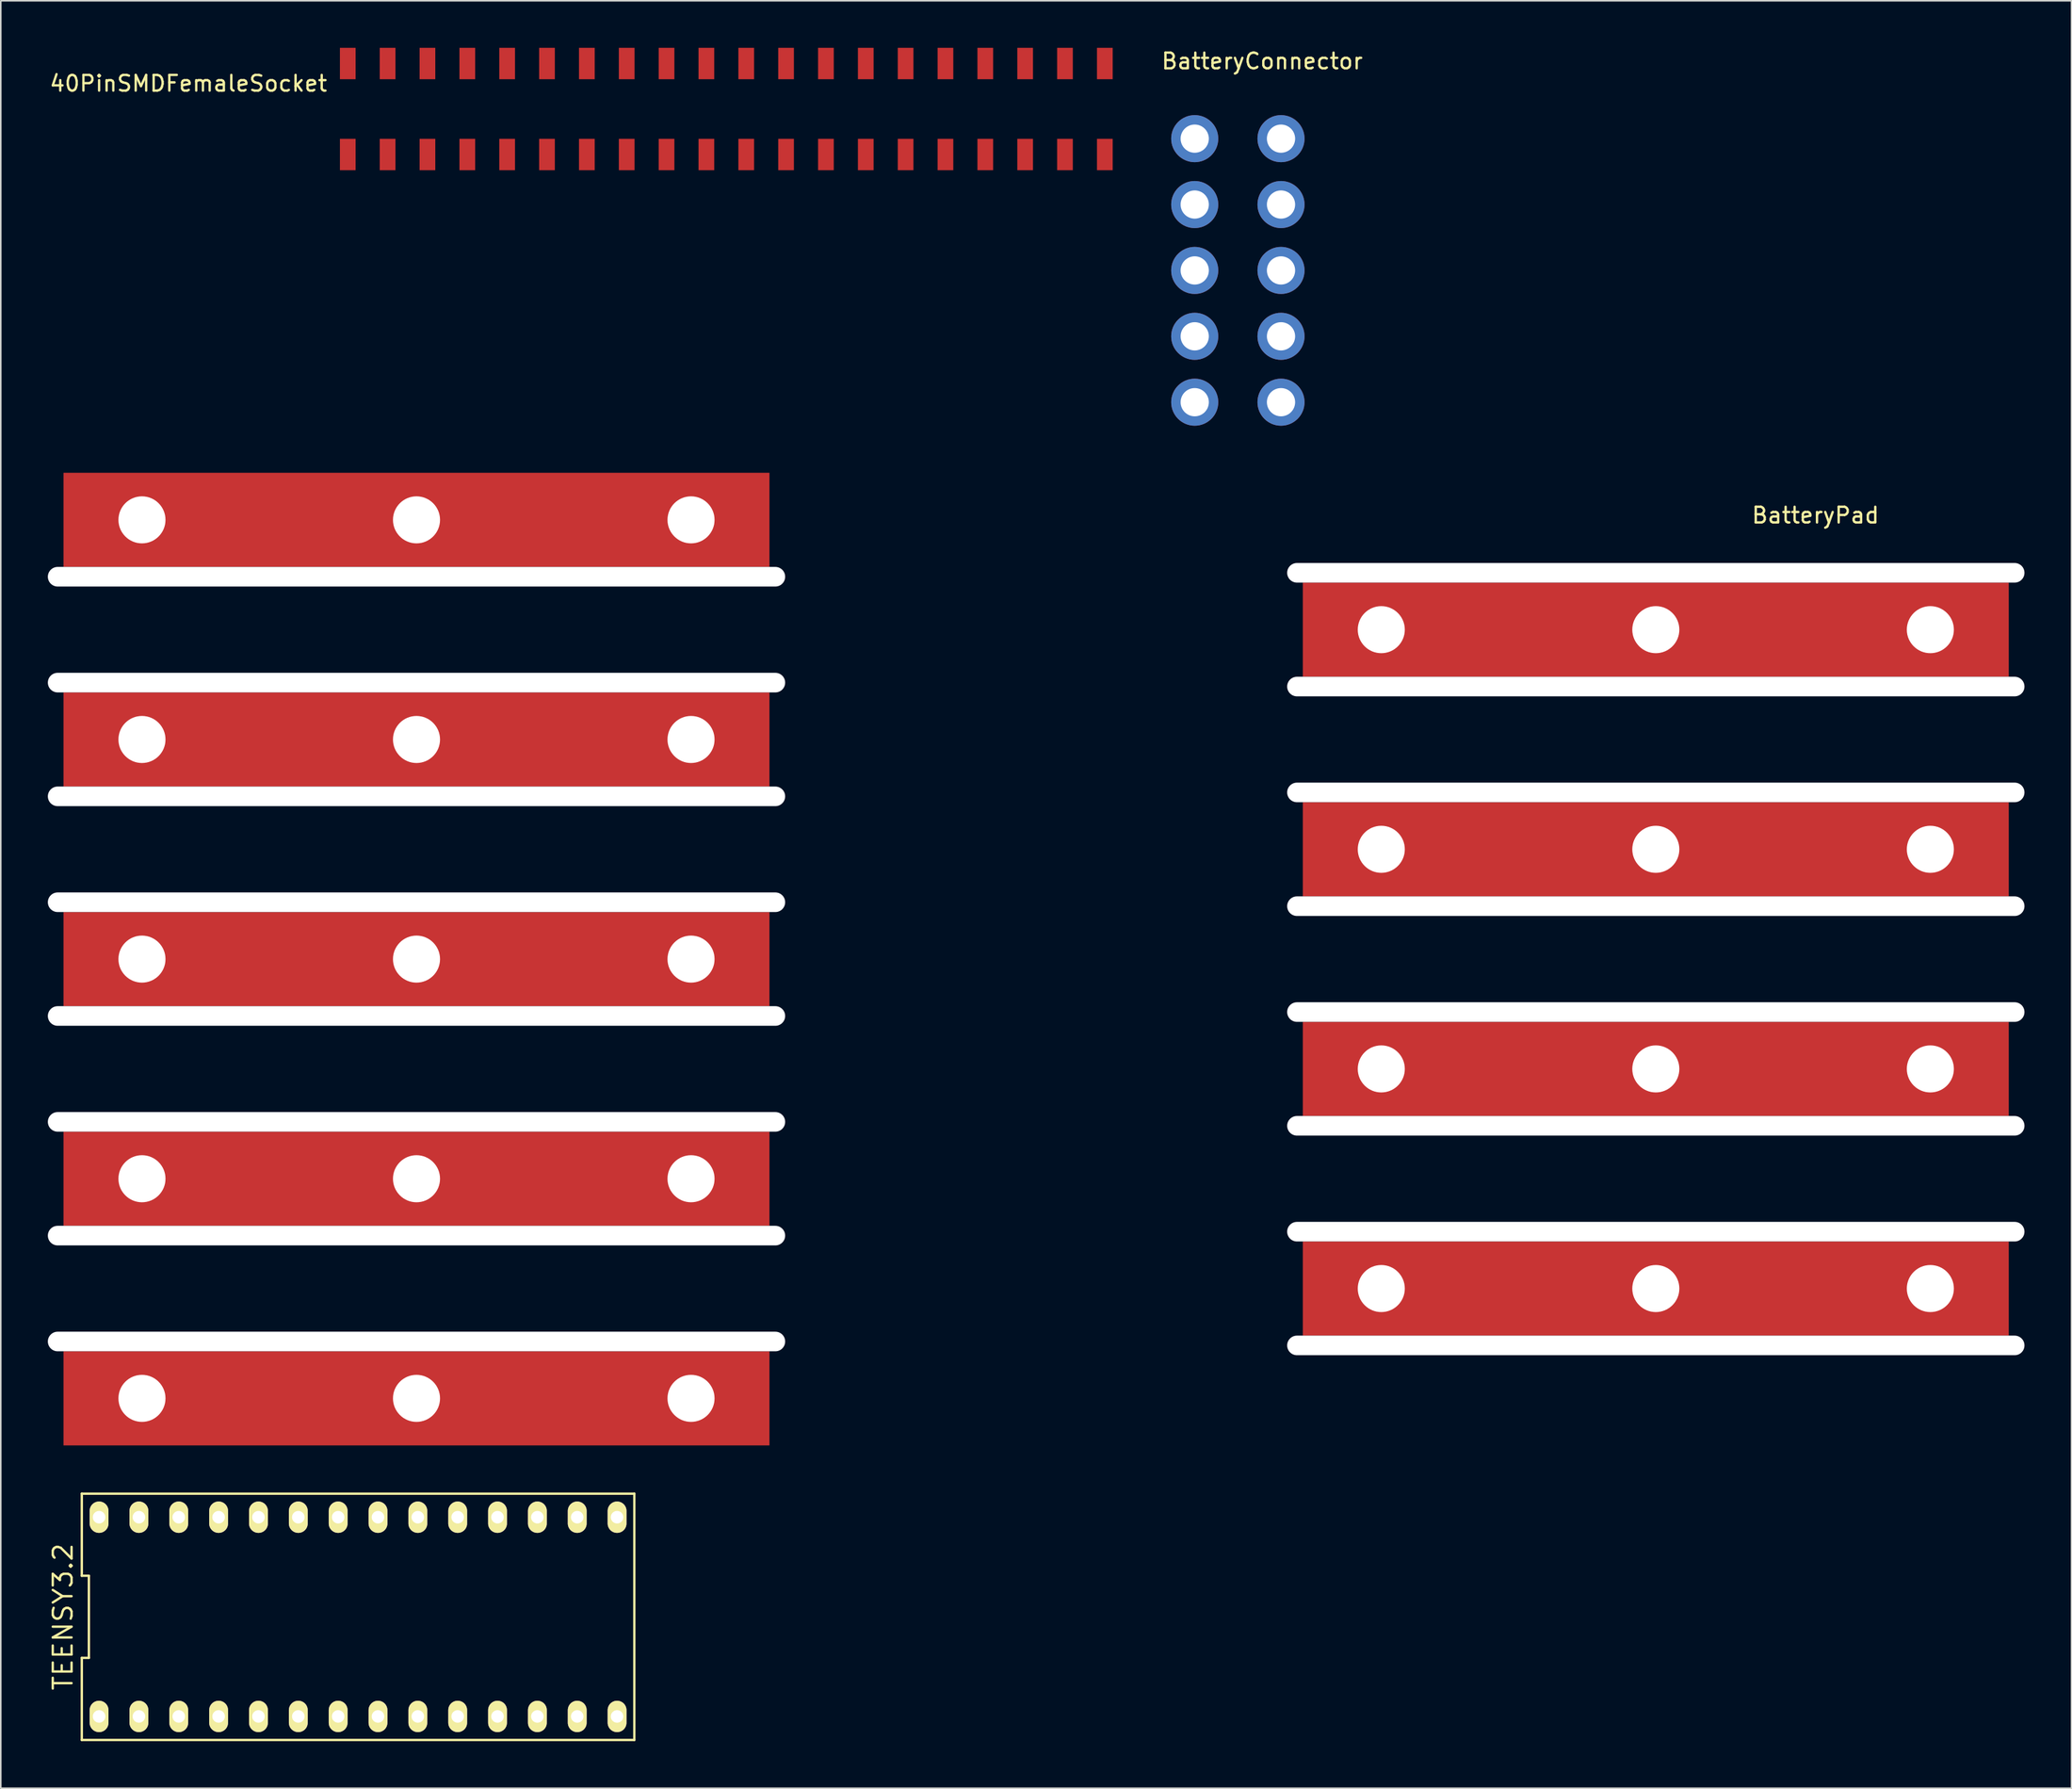
<source format=kicad_pcb>
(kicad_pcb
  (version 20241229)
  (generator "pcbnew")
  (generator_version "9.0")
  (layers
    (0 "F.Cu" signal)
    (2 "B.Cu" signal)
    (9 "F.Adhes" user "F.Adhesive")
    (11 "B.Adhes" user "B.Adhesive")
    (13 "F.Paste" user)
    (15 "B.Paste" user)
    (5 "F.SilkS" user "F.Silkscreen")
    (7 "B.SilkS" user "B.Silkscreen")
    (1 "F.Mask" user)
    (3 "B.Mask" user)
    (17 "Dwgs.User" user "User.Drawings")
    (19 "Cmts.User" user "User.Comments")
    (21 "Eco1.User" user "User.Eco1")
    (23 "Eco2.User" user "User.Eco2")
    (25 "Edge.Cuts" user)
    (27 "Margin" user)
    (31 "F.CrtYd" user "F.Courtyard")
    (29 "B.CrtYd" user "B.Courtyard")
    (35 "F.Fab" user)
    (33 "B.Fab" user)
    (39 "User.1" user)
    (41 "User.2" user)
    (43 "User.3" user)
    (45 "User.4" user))
  (footprint "TEENSY3.2"
    (layer "F.Cu")
    (at 19.775 100.013)
    (property "Reference" "TEENSY3.2" (at -18.81 0 90) (layer "F.SilkS") (effects (font (size 1.2 1.2) (thickness 0.15))))
    (attr through_hole)
    (fp_line (start -17.61 -7.85) (end -17.61 -2.617) (stroke (width 0.15) (type solid)) (layer "F.SilkS"))
    (fp_line (start -17.61 -2.617) (end -17.16 -2.617) (stroke (width 0.15) (type solid)) (layer "F.SilkS"))
    (fp_line (start -17.61 2.617) (end -17.61 7.85) (stroke (width 0.15) (type solid)) (layer "F.SilkS"))
    (fp_line (start -17.61 7.85) (end 17.61 7.85) (stroke (width 0.15) (type solid)) (layer "F.SilkS"))
    (fp_line (start -17.16 -2.617) (end -17.16 2.617) (stroke (width 0.15) (type solid)) (layer "F.SilkS"))
    (fp_line (start -17.16 2.617) (end -17.61 2.617) (stroke (width 0.15) (type solid)) (layer "F.SilkS"))
    (fp_line (start 17.61 -7.85) (end -17.61 -7.85) (stroke (width 0.15) (type solid)) (layer "F.SilkS"))
    (fp_line (start 17.61 7.85) (end 17.61 -7.85) (stroke (width 0.15) (type solid)) (layer "F.SilkS"))
    (pad "0" thru_hole oval (at -13.97 6.35) (size 1.2 2) (drill 0.8) (layers "*.Cu" "*.Mask" "F.SilkS"))
    (pad "1" thru_hole oval (at -11.43 6.35) (size 1.2 2) (drill 0.8) (layers "*.Cu" "*.Mask" "F.SilkS"))
    (pad "2" thru_hole oval (at -8.89 6.35) (size 1.2 2) (drill 0.8) (layers "*.Cu" "*.Mask" "F.SilkS"))
    (pad "3" thru_hole oval (at -6.35 6.35) (size 1.2 2) (drill 0.8) (layers "*.Cu" "*.Mask" "F.SilkS"))
    (pad "3v3" thru_hole oval (at -11.43 -6.35) (size 1.2 2) (drill 0.8) (layers "*.Cu" "*.Mask" "F.SilkS"))
    (pad "4" thru_hole oval (at -3.81 6.35) (size 1.2 2) (drill 0.8) (layers "*.Cu" "*.Mask" "F.SilkS"))
    (pad "5" thru_hole oval (at -1.27 6.35) (size 1.2 2) (drill 0.8) (layers "*.Cu" "*.Mask" "F.SilkS"))
    (pad "6" thru_hole oval (at 1.27 6.35) (size 1.2 2) (drill 0.8) (layers "*.Cu" "*.Mask" "F.SilkS"))
    (pad "7" thru_hole oval (at 3.81 6.35) (size 1.2 2) (drill 0.8) (layers "*.Cu" "*.Mask" "F.SilkS"))
    (pad "8" thru_hole oval (at 6.35 6.35) (size 1.2 2) (drill 0.8) (layers "*.Cu" "*.Mask" "F.SilkS"))
    (pad "9" thru_hole oval (at 8.89 6.35) (size 1.2 2) (drill 0.8) (layers "*.Cu" "*.Mask" "F.SilkS"))
    (pad "10" thru_hole oval (at 11.43 6.35) (size 1.2 2) (drill 0.8) (layers "*.Cu" "*.Mask" "F.SilkS"))
    (pad "11" thru_hole oval (at 13.97 6.35) (size 1.2 2) (drill 0.8) (layers "*.Cu" "*.Mask" "F.SilkS"))
    (pad "12" thru_hole oval (at 16.51 6.35) (size 1.2 2) (drill 0.8) (layers "*.Cu" "*.Mask" "F.SilkS"))
    (pad "13" thru_hole oval (at 16.51 -6.35) (size 1.2 2) (drill 0.8) (layers "*.Cu" "*.Mask" "F.SilkS"))
    (pad "14" thru_hole oval (at 13.97 -6.35) (size 1.2 2) (drill 0.8) (layers "*.Cu" "*.Mask" "F.SilkS"))
    (pad "15" thru_hole oval (at 11.43 -6.35) (size 1.2 2) (drill 0.8) (layers "*.Cu" "*.Mask" "F.SilkS"))
    (pad "16" thru_hole oval (at 8.89 -6.35) (size 1.2 2) (drill 0.8) (layers "*.Cu" "*.Mask" "F.SilkS"))
    (pad "17" thru_hole oval (at 6.35 -6.35) (size 1.2 2) (drill 0.8) (layers "*.Cu" "*.Mask" "F.SilkS"))
    (pad "18" thru_hole oval (at 3.81 -6.35) (size 1.2 2) (drill 0.8) (layers "*.Cu" "*.Mask" "F.SilkS"))
    (pad "19" thru_hole oval (at 1.27 -6.35) (size 1.2 2) (drill 0.8) (layers "*.Cu" "*.Mask" "F.SilkS"))
    (pad "20" thru_hole oval (at -1.27 -6.35) (size 1.2 2) (drill 0.8) (layers "*.Cu" "*.Mask" "F.SilkS"))
    (pad "21" thru_hole oval (at -3.81 -6.35) (size 1.2 2) (drill 0.8) (layers "*.Cu" "*.Mask" "F.SilkS"))
    (pad "22" thru_hole oval (at -6.35 -6.35) (size 1.2 2) (drill 0.8) (layers "*.Cu" "*.Mask" "F.SilkS"))
    (pad "23" thru_hole oval (at -8.89 -6.35) (size 1.2 2) (drill 0.8) (layers "*.Cu" "*.Mask" "F.SilkS"))
    (pad "AREF" thru_hole oval (at -13.97 -6.35) (size 1.2 2) (drill 0.8) (layers "*.Cu" "*.Mask" "F.SilkS"))
    (pad "GND" thru_hole oval (at -16.51 6.35) (size 1.2 2) (drill 0.8) (layers "*.Cu" "*.Mask" "F.SilkS"))
    (pad "VIN" thru_hole oval (at -16.51 -6.35) (size 1.2 2) (drill 0.8) (layers "*.Cu" "*.Mask" "F.SilkS")))
  (footprint "BatteryPad"
    (layer "F.Cu")
    (at 23.5 72.088)
    (property "Reference" "BatteryPad" (at 89.18 -42.29 0) (layer "F.SilkS") (effects (font (size 1 1) (thickness 0.15))))
    (attr through_hole)
    (pad "" np_thru_hole circle (at -17.5 -42) (size 3 3) (drill 3) (layers "*.Cu"))
    (pad "" np_thru_hole circle (at -17.5 -28) (size 3 3) (drill 3) (layers "*.Cu"))
    (pad "" np_thru_hole circle (at -17.5 -14) (size 3 3) (drill 3) (layers "*.Cu"))
    (pad "" np_thru_hole circle (at -17.5 0) (size 3 3) (drill 3) (layers "*.Cu"))
    (pad "" np_thru_hole circle (at -17.5 14) (size 3 3) (drill 3) (layers "*.Cu"))
    (pad "" np_thru_hole circle (at 0 -42) (size 3 3) (drill 3) (layers "*.Cu"))
    (pad "" np_thru_hole oval (at 0 -38.375) (size 47 1.25) (drill oval 47 1.25) (layers "*.Cu"))
    (pad "" np_thru_hole oval (at 0 -31.625) (size 47 1.25) (drill oval 47 1.25) (layers "*.Cu"))
    (pad "" np_thru_hole circle (at 0 -28) (size 3 3) (drill 3) (layers "*.Cu"))
    (pad "" np_thru_hole oval (at 0 -24.375) (size 47 1.25) (drill oval 47 1.25) (layers "*.Cu"))
    (pad "" np_thru_hole oval (at 0 -17.625) (size 47 1.25) (drill oval 47 1.25) (layers "*.Cu"))
    (pad "" np_thru_hole circle (at 0 -14) (size 3 3) (drill 3) (layers "*.Cu"))
    (pad "" np_thru_hole oval (at 0 -10.375) (size 47 1.25) (drill oval 47 1.25) (layers "*.Cu"))
    (pad "" np_thru_hole oval (at 0 -3.625) (size 47 1.25) (drill oval 47 1.25) (layers "*.Cu"))
    (pad "" np_thru_hole circle (at 0 0) (size 3 3) (drill 3) (layers "*.Cu"))
    (pad "" np_thru_hole oval (at 0 3.625) (size 47 1.25) (drill oval 47 1.25) (layers "*.Cu"))
    (pad "" np_thru_hole oval (at 0 10.375) (size 47 1.25) (drill oval 47 1.25) (layers "*.Cu"))
    (pad "" np_thru_hole circle (at 0 14) (size 3 3) (drill 3) (layers "*.Cu"))
    (pad "" np_thru_hole circle (at 17.5 -42) (size 3 3) (drill 3) (layers "*.Cu"))
    (pad "" np_thru_hole circle (at 17.5 -28) (size 3 3) (drill 3) (layers "*.Cu"))
    (pad "" np_thru_hole circle (at 17.5 -14) (size 3 3) (drill 3) (layers "*.Cu"))
    (pad "" np_thru_hole circle (at 17.5 0) (size 3 3) (drill 3) (layers "*.Cu"))
    (pad "" np_thru_hole circle (at 17.5 14) (size 3 3) (drill 3) (layers "*.Cu"))
    (pad "" np_thru_hole circle (at 61.5 -35) (size 3 3) (drill 3) (layers "*.Cu"))
    (pad "" np_thru_hole circle (at 61.5 -21) (size 3 3) (drill 3) (layers "*.Cu"))
    (pad "" np_thru_hole circle (at 61.5 -7) (size 3 3) (drill 3) (layers "*.Cu"))
    (pad "" np_thru_hole circle (at 61.5 7) (size 3 3) (drill 3) (layers "*.Cu"))
    (pad "" np_thru_hole oval (at 79 -38.625) (size 47 1.25) (drill oval 47 1.25) (layers "*.Cu"))
    (pad "" np_thru_hole circle (at 79 -35) (size 3 3) (drill 3) (layers "*.Cu"))
    (pad "" np_thru_hole oval (at 79 -31.375) (size 47 1.25) (drill oval 47 1.25) (layers "*.Cu"))
    (pad "" np_thru_hole oval (at 79 -24.625) (size 47 1.25) (drill oval 47 1.25) (layers "*.Cu"))
    (pad "" np_thru_hole circle (at 79 -21) (size 3 3) (drill 3) (layers "*.Cu"))
    (pad "" np_thru_hole oval (at 79 -17.375) (size 47 1.25) (drill oval 47 1.25) (layers "*.Cu"))
    (pad "" np_thru_hole oval (at 79 -10.625) (size 47 1.25) (drill oval 47 1.25) (layers "*.Cu"))
    (pad "" np_thru_hole circle (at 79 -7) (size 3 3) (drill 3) (layers "*.Cu"))
    (pad "" np_thru_hole oval (at 79 -3.375) (size 47 1.25) (drill oval 47 1.25) (layers "*.Cu"))
    (pad "" np_thru_hole oval (at 79 3.375) (size 47 1.25) (drill oval 47 1.25) (layers "*.Cu"))
    (pad "" np_thru_hole circle (at 79 7) (size 3 3) (drill 3) (layers "*.Cu"))
    (pad "" np_thru_hole oval (at 79 10.625) (size 47 1.25) (drill oval 47 1.25) (layers "*.Cu"))
    (pad "" np_thru_hole circle (at 96.5 -35) (size 3 3) (drill 3) (layers "*.Cu"))
    (pad "" np_thru_hole circle (at 96.5 -21) (size 3 3) (drill 3) (layers "*.Cu"))
    (pad "" np_thru_hole circle (at 96.5 -7) (size 3 3) (drill 3) (layers "*.Cu"))
    (pad "" np_thru_hole circle (at 96.5 7) (size 3 3) (drill 3) (layers "*.Cu"))
    (pad "1" smd rect (at 0 -42) (size 45 6) (layers "F.Cu"))
    (pad "1" smd rect (at 0 -28) (size 45 6) (layers "F.Cu"))
    (pad "1" smd rect (at 0 -14) (size 45 6) (layers "F.Cu"))
    (pad "1" smd rect (at 0 0) (size 45 6) (layers "F.Cu"))
    (pad "1" smd rect (at 0 14) (size 45 6) (layers "F.Cu"))
    (pad "1" smd rect (at 79 -35) (size 45 6) (layers "F.Cu"))
    (pad "1" smd rect (at 79 -21) (size 45 6) (layers "F.Cu"))
    (pad "1" smd rect (at 79 -7) (size 45 6) (layers "F.Cu"))
    (pad "1" smd rect (at 79 7) (size 45 6) (layers "F.Cu")))
  (footprint "40PinSMDFemaleSocket"
    (layer "F.Cu")
    (at 19.118 1)
    (property "Reference" "40PinSMDFemaleSocket" (at -10.16 1.27 0) (layer "F.SilkS") (effects (font (size 1 1) (thickness 0.15))))
    (attr through_hole)
    (pad "1" smd rect (at 0 5.8) (size 1 2) (layers "F.Cu" "F.Mask" "F.Paste"))
    (pad "2" smd rect (at 0 0) (size 1 2) (layers "F.Cu" "F.Mask" "F.Paste"))
    (pad "3" smd rect (at 2.54 5.8) (size 1 2) (layers "F.Cu" "F.Mask" "F.Paste"))
    (pad "4" smd rect (at 2.54 0) (size 1 2) (layers "F.Cu" "F.Mask" "F.Paste"))
    (pad "5" smd rect (at 5.08 5.8) (size 1 2) (layers "F.Cu" "F.Mask" "F.Paste"))
    (pad "6" smd rect (at 5.08 0) (size 1 2) (layers "F.Cu" "F.Mask" "F.Paste"))
    (pad "7" smd rect (at 7.62 5.8) (size 1 2) (layers "F.Cu" "F.Mask" "F.Paste"))
    (pad "8" smd rect (at 7.62 0) (size 1 2) (layers "F.Cu" "F.Mask" "F.Paste"))
    (pad "9" smd rect (at 10.16 5.8) (size 1 2) (layers "F.Cu" "F.Mask" "F.Paste"))
    (pad "10" smd rect (at 10.16 0) (size 1 2) (layers "F.Cu" "F.Mask" "F.Paste"))
    (pad "11" smd rect (at 12.7 5.8) (size 1 2) (layers "F.Cu" "F.Mask" "F.Paste"))
    (pad "12" smd rect (at 12.7 0) (size 1 2) (layers "F.Cu" "F.Mask" "F.Paste"))
    (pad "13" smd rect (at 15.24 5.8) (size 1 2) (layers "F.Cu" "F.Mask" "F.Paste"))
    (pad "14" smd rect (at 15.24 0) (size 1 2) (layers "F.Cu" "F.Mask" "F.Paste"))
    (pad "15" smd rect (at 17.78 5.8) (size 1 2) (layers "F.Cu" "F.Mask" "F.Paste"))
    (pad "16" smd rect (at 17.78 0) (size 1 2) (layers "F.Cu" "F.Mask" "F.Paste"))
    (pad "17" smd rect (at 20.32 5.8) (size 1 2) (layers "F.Cu" "F.Mask" "F.Paste"))
    (pad "18" smd rect (at 20.32 0) (size 1 2) (layers "F.Cu" "F.Mask" "F.Paste"))
    (pad "19" smd rect (at 22.86 5.8) (size 1 2) (layers "F.Cu" "F.Mask" "F.Paste"))
    (pad "20" smd rect (at 22.86 0) (size 1 2) (layers "F.Cu" "F.Mask" "F.Paste"))
    (pad "21" smd rect (at 25.4 5.8) (size 1 2) (layers "F.Cu" "F.Mask" "F.Paste"))
    (pad "22" smd rect (at 25.4 0) (size 1 2) (layers "F.Cu" "F.Mask" "F.Paste"))
    (pad "23" smd rect (at 27.94 5.8) (size 1 2) (layers "F.Cu" "F.Mask" "F.Paste"))
    (pad "24" smd rect (at 27.94 0) (size 1 2) (layers "F.Cu" "F.Mask" "F.Paste"))
    (pad "25" smd rect (at 30.48 5.8) (size 1 2) (layers "F.Cu" "F.Mask" "F.Paste"))
    (pad "26" smd rect (at 30.48 0) (size 1 2) (layers "F.Cu" "F.Mask" "F.Paste"))
    (pad "27" smd rect (at 33.02 5.8) (size 1 2) (layers "F.Cu" "F.Mask" "F.Paste"))
    (pad "28" smd rect (at 33.02 0) (size 1 2) (layers "F.Cu" "F.Mask" "F.Paste"))
    (pad "29" smd rect (at 35.56 5.8) (size 1 2) (layers "F.Cu" "F.Mask" "F.Paste"))
    (pad "30" smd rect (at 35.56 0) (size 1 2) (layers "F.Cu" "F.Mask" "F.Paste"))
    (pad "31" smd rect (at 38.1 5.8) (size 1 2) (layers "F.Cu" "F.Mask" "F.Paste"))
    (pad "32" smd rect (at 38.1 0) (size 1 2) (layers "F.Cu" "F.Mask" "F.Paste"))
    (pad "33" smd rect (at 40.64 5.8) (size 1 2) (layers "F.Cu" "F.Mask" "F.Paste"))
    (pad "34" smd rect (at 40.64 0) (size 1 2) (layers "F.Cu" "F.Mask" "F.Paste"))
    (pad "35" smd rect (at 43.18 5.8) (size 1 2) (layers "F.Cu" "F.Mask" "F.Paste"))
    (pad "36" smd rect (at 43.18 0) (size 1 2) (layers "F.Cu" "F.Mask" "F.Paste"))
    (pad "37" smd rect (at 45.72 5.8) (size 1 2) (layers "F.Cu" "F.Mask" "F.Paste"))
    (pad "38" smd rect (at 45.72 0) (size 1 2) (layers "F.Cu" "F.Mask" "F.Paste"))
    (pad "39" smd rect (at 48.26 5.8) (size 1 2) (layers "F.Cu" "F.Mask" "F.Paste"))
    (pad "40" smd rect (at 48.26 0) (size 1 2) (layers "F.Cu" "F.Mask" "F.Paste")))
  (footprint "BatteryConnector"
    (layer "F.Cu")
    (at 73.108 22.588)
    (property "Reference" "BatteryConnector" (at 4.3 -21.74 0) (layer "F.SilkS") (effects (font (size 1 1) (thickness 0.15))))
    (attr through_hole)
    (pad "" np_thru_hole circle (at 0 -16.8) (size 3 3) (drill 1.8) (layers "*.Cu"))
    (pad "" np_thru_hole circle (at 0 -12.6) (size 3 3) (drill 1.8) (layers "*.Cu"))
    (pad "" np_thru_hole circle (at 0 -8.4) (size 3 3) (drill 1.8) (layers "*.Cu"))
    (pad "" np_thru_hole circle (at 0 -4.2) (size 3 3) (drill 1.8) (layers "*.Cu"))
    (pad "" np_thru_hole circle (at 0 0) (size 3 3) (drill 1.8) (layers "*.Cu"))
    (pad "" np_thru_hole circle (at 5.5 -16.8) (size 3 3) (drill 1.8) (layers "*.Cu"))
    (pad "" np_thru_hole circle (at 5.5 -12.6) (size 3 3) (drill 1.8) (layers "*.Cu"))
    (pad "" np_thru_hole circle (at 5.5 -8.4) (size 3 3) (drill 1.8) (layers "*.Cu"))
    (pad "" np_thru_hole circle (at 5.5 -4.2) (size 3 3) (drill 1.8) (layers "*.Cu"))
    (pad "" np_thru_hole circle (at 5.5 0) (size 3 3) (drill 1.8) (layers "*.Cu")))
  (gr_rect
    (start -3 -3)
    (end 129 110.938)
    (stroke (width 0.1) (type default))
    (fill no)
    (layer "Edge.Cuts")))
</source>
